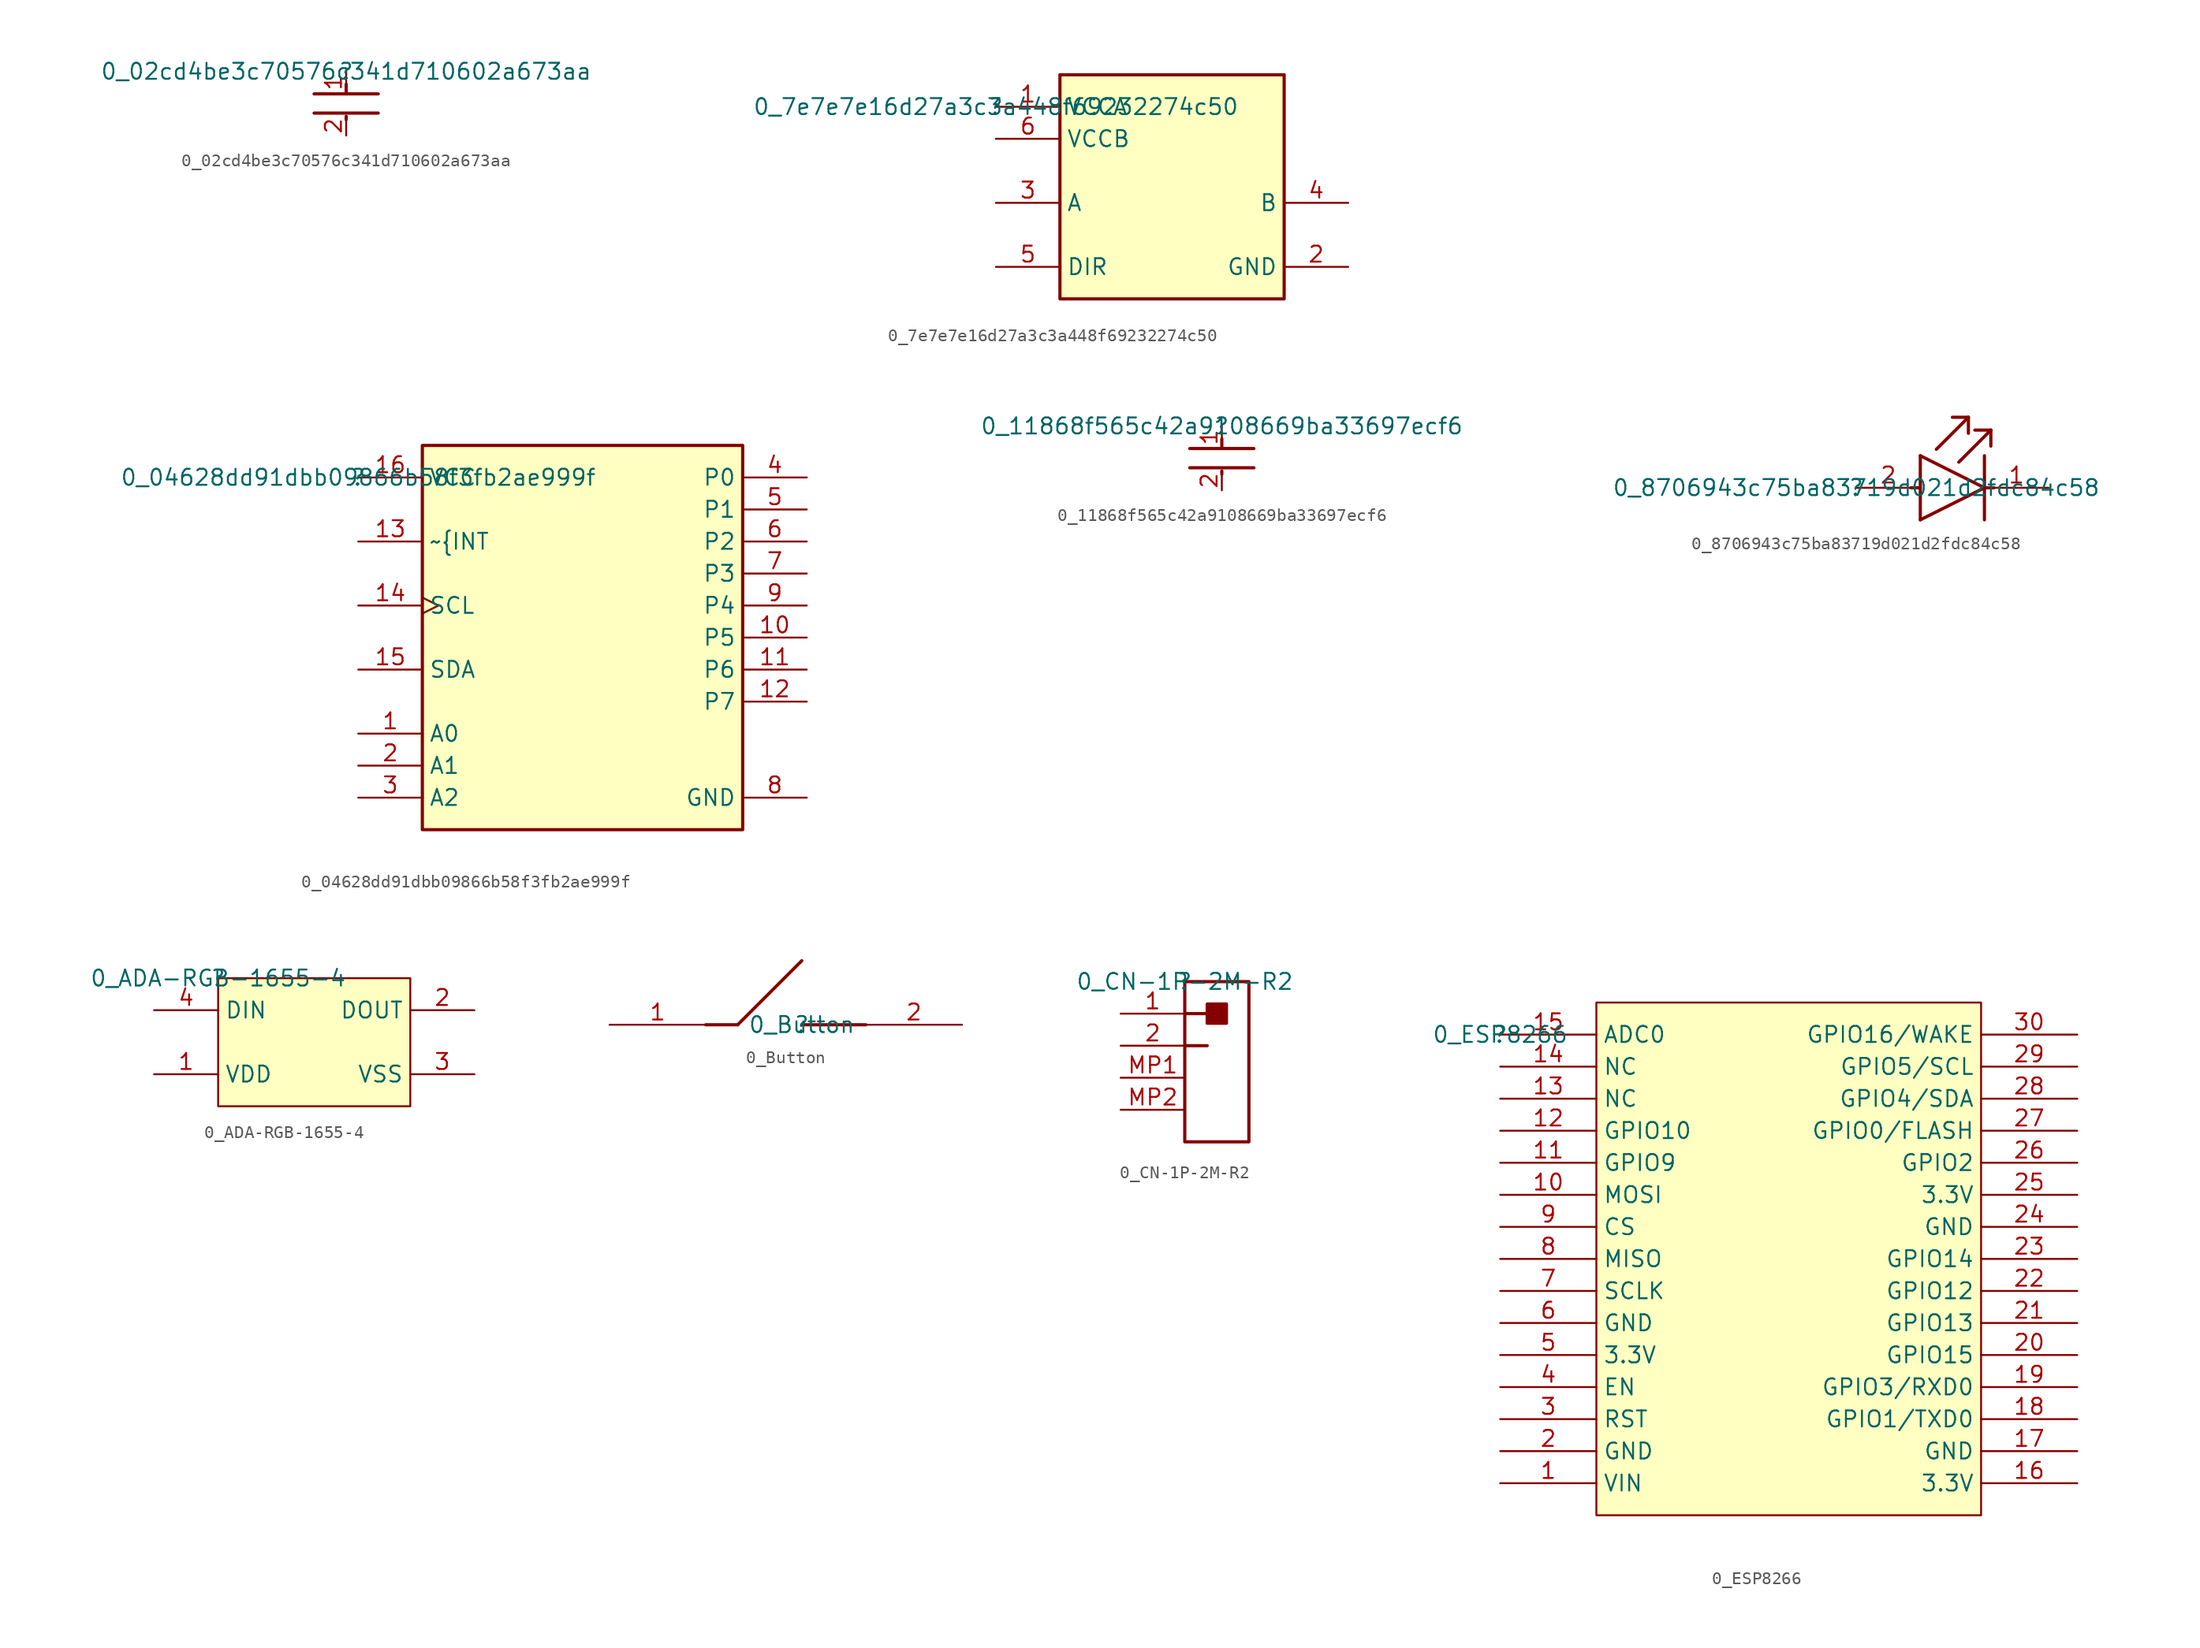
<source format=kicad_sym>
(kicad_symbol_lib
  (version 20211014)
  (generator kicad_symbol_editor)
  (symbol "0_02cd4be3c70576c341d710602a673aa"
    (property "Reference" ""
      (at 0 0 0)
      (effects (font (size 1.27 1.27))))
    (property "Value" "0_02cd4be3c70576c341d710602a673aa"
      (at 0 0 0)
      (effects (font (size 1.27 1.27))))
    (symbol "0_02cd4be3c70576c341d710602a673aa_1_0"
      (polyline (pts (xy 0 -3.556) (xy 0 -3.81)) (stroke (width 0.254) (type default) (color 0 0 0 0)) (fill (type none)))
      (polyline (pts (xy 0 -1.778) (xy 0 -1.016)) (stroke (width 0.254) (type default) (color 0 0 0 0)) (fill (type none)))
      (polyline (pts (xy 2.54 -3.302) (xy -2.54 -3.302)) (stroke (width 0.254) (type default) (color 0 0 0 0)) (fill (type none)))
      (polyline (pts (xy 2.54 -1.778) (xy -2.54 -1.778)) (stroke (width 0.254) (type default) (color 0 0 0 0)) (fill (type none)))
      (pin passive line (at 0 0 270) (length 1.778) (name "1" (effects (font (size 0 0)))) (number "1" (effects (font (size 1.27 1.27)))))
      (pin passive line (at 0 -5.08 90) (length 1.524) (name "2" (effects (font (size 0 0)))) (number "2" (effects (font (size 1.27 1.27)))))))
  (symbol "0_7e7e7e16d27a3c3a448f69232274c50"
    (property "Reference" ""
      (at 0 0 0)
      (effects (font (size 1.27 1.27))))
    (property "Value" "0_7e7e7e16d27a3c3a448f69232274c50"
      (at 0 0 0)
      (effects (font (size 1.27 1.27))))
    (symbol "0_7e7e7e16d27a3c3a448f69232274c50_1_0"
      (rectangle (start 22.86 2.54) (end 5.08 -15.24) (stroke (width 0.254) (type default) (color 0 0 0 0)) (fill (type background)))
      (pin power_in line (at 0 0 0) (length 5.08) (name "VCCA" (effects (font (size 1.27 1.27)))) (number "1" (effects (font (size 1.27 1.27)))))
      (pin power_in line (at 27.94 -12.7 180) (length 5.08) (name "GND" (effects (font (size 1.27 1.27)))) (number "2" (effects (font (size 1.27 1.27)))))
      (pin bidirectional line (at 0 -7.62 0) (length 5.08) (name "A" (effects (font (size 1.27 1.27)))) (number "3" (effects (font (size 1.27 1.27)))))
      (pin bidirectional line (at 27.94 -7.62 180) (length 5.08) (name "B" (effects (font (size 1.27 1.27)))) (number "4" (effects (font (size 1.27 1.27)))))
      (pin input line (at 0 -12.7 0) (length 5.08) (name "DIR" (effects (font (size 1.27 1.27)))) (number "5" (effects (font (size 1.27 1.27)))))
      (pin power_in line (at 0 -2.54 0) (length 5.08) (name "VCCB" (effects (font (size 1.27 1.27)))) (number "6" (effects (font (size 1.27 1.27)))))))
  (symbol "0_04628dd91dbb09866b58f3fb2ae999f"
    (property "Reference" ""
      (at 0 0 0)
      (effects (font (size 1.27 1.27))))
    (property "Value" "0_04628dd91dbb09866b58f3fb2ae999f"
      (at 0 0 0)
      (effects (font (size 1.27 1.27))))
    (symbol "0_04628dd91dbb09866b58f3fb2ae999f_1_0"
      (rectangle (start 30.48 2.54) (end 5.08 -27.94) (stroke (width 0.254) (type default) (color 0 0 0 0)) (fill (type background)))
      (pin input line (at 0 -20.32 0) (length 5.08) (name "A0" (effects (font (size 1.27 1.27)))) (number "1" (effects (font (size 1.27 1.27)))))
      (pin bidirectional line (at 35.56 -12.7 180) (length 5.08) (name "P5" (effects (font (size 1.27 1.27)))) (number "10" (effects (font (size 1.27 1.27)))))
      (pin bidirectional line (at 35.56 -15.24 180) (length 5.08) (name "P6" (effects (font (size 1.27 1.27)))) (number "11" (effects (font (size 1.27 1.27)))))
      (pin bidirectional line (at 35.56 -17.78 180) (length 5.08) (name "P7" (effects (font (size 1.27 1.27)))) (number "12" (effects (font (size 1.27 1.27)))))
      (pin open_collector line (at 0 -5.08 0) (length 5.08) (name "~{INT" (effects (font (size 1.27 1.27)))) (number "13" (effects (font (size 1.27 1.27)))))
      (pin input clock (at 0 -10.16 0) (length 5.08) (name "SCL" (effects (font (size 1.27 1.27)))) (number "14" (effects (font (size 1.27 1.27)))))
      (pin bidirectional line (at 0 -15.24 0) (length 5.08) (name "SDA" (effects (font (size 1.27 1.27)))) (number "15" (effects (font (size 1.27 1.27)))))
      (pin power_in line (at 0 0 0) (length 5.08) (name "VCC" (effects (font (size 1.27 1.27)))) (number "16" (effects (font (size 1.27 1.27)))))
      (pin input line (at 0 -22.86 0) (length 5.08) (name "A1" (effects (font (size 1.27 1.27)))) (number "2" (effects (font (size 1.27 1.27)))))
      (pin input line (at 0 -25.4 0) (length 5.08) (name "A2" (effects (font (size 1.27 1.27)))) (number "3" (effects (font (size 1.27 1.27)))))
      (pin bidirectional line (at 35.56 0 180) (length 5.08) (name "P0" (effects (font (size 1.27 1.27)))) (number "4" (effects (font (size 1.27 1.27)))))
      (pin bidirectional line (at 35.56 -2.54 180) (length 5.08) (name "P1" (effects (font (size 1.27 1.27)))) (number "5" (effects (font (size 1.27 1.27)))))
      (pin bidirectional line (at 35.56 -5.08 180) (length 5.08) (name "P2" (effects (font (size 1.27 1.27)))) (number "6" (effects (font (size 1.27 1.27)))))
      (pin bidirectional line (at 35.56 -7.62 180) (length 5.08) (name "P3" (effects (font (size 1.27 1.27)))) (number "7" (effects (font (size 1.27 1.27)))))
      (pin power_in line (at 35.56 -25.4 180) (length 5.08) (name "GND" (effects (font (size 1.27 1.27)))) (number "8" (effects (font (size 1.27 1.27)))))
      (pin bidirectional line (at 35.56 -10.16 180) (length 5.08) (name "P4" (effects (font (size 1.27 1.27)))) (number "9" (effects (font (size 1.27 1.27)))))))
  (symbol "0_11868f565c42a9108669ba33697ecf6"
    (property "Reference" ""
      (at 0 0 0)
      (effects (font (size 1.27 1.27))))
    (property "Value" "0_11868f565c42a9108669ba33697ecf6"
      (at 0 0 0)
      (effects (font (size 1.27 1.27))))
    (symbol "0_11868f565c42a9108669ba33697ecf6_1_0"
      (polyline (pts (xy 0 -3.556) (xy 0 -3.81)) (stroke (width 0.254) (type default) (color 0 0 0 0)) (fill (type none)))
      (polyline (pts (xy 0 -1.778) (xy 0 -1.016)) (stroke (width 0.254) (type default) (color 0 0 0 0)) (fill (type none)))
      (polyline (pts (xy 2.54 -3.302) (xy -2.54 -3.302)) (stroke (width 0.254) (type default) (color 0 0 0 0)) (fill (type none)))
      (polyline (pts (xy 2.54 -1.778) (xy -2.54 -1.778)) (stroke (width 0.254) (type default) (color 0 0 0 0)) (fill (type none)))
      (pin passive line (at 0 0 270) (length 1.778) (name "1" (effects (font (size 0 0)))) (number "1" (effects (font (size 1.27 1.27)))))
      (pin passive line (at 0 -5.08 90) (length 1.524) (name "2" (effects (font (size 0 0)))) (number "2" (effects (font (size 1.27 1.27)))))))
  (symbol "0_8706943c75ba83719d021d2fdc84c58"
    (property "Reference" ""
      (at 0 0 0)
      (effects (font (size 1.27 1.27))))
    (property "Value" "0_8706943c75ba83719d021d2fdc84c58"
      (at 0 0 0)
      (effects (font (size 1.27 1.27))))
    (symbol "0_8706943c75ba83719d021d2fdc84c58_1_0"
      (polyline (pts (xy 5.08 -2.54) (xy 10.16 0)) (stroke (width 0.254) (type default) (color 0 0 0 0)) (fill (type none)))
      (polyline (pts (xy 5.08 0) (xy 4.318 0)) (stroke (width 0.254) (type default) (color 0 0 0 0)) (fill (type none)))
      (polyline (pts (xy 5.08 2.54) (xy 5.08 -2.54)) (stroke (width 0.254) (type default) (color 0 0 0 0)) (fill (type none)))
      (polyline (pts (xy 5.08 2.54) (xy 10.16 0)) (stroke (width 0.254) (type default) (color 0 0 0 0)) (fill (type none)))
      (polyline (pts (xy 6.35 3.048) (xy 8.89 5.588)) (stroke (width 0.254) (type default) (color 0 0 0 0)) (fill (type none)))
      (polyline (pts (xy 8.128 2.032) (xy 10.668 4.572)) (stroke (width 0.254) (type default) (color 0 0 0 0)) (fill (type none)))
      (polyline (pts (xy 8.89 5.588) (xy 7.62 5.588)) (stroke (width 0.254) (type default) (color 0 0 0 0)) (fill (type none)))
      (polyline (pts (xy 8.89 5.588) (xy 8.89 4.318)) (stroke (width 0.254) (type default) (color 0 0 0 0)) (fill (type none)))
      (polyline (pts (xy 10.16 0) (xy 10.922 0)) (stroke (width 0.254) (type default) (color 0 0 0 0)) (fill (type none)))
      (polyline (pts (xy 10.16 2.54) (xy 10.16 -2.54)) (stroke (width 0.254) (type default) (color 0 0 0 0)) (fill (type none)))
      (polyline (pts (xy 10.668 4.572) (xy 9.398 4.572)) (stroke (width 0.254) (type default) (color 0 0 0 0)) (fill (type none)))
      (polyline (pts (xy 10.668 4.572) (xy 10.668 3.302)) (stroke (width 0.254) (type default) (color 0 0 0 0)) (fill (type none)))
      (pin passive line (at 15.24 0 180) (length 5.08) (name "C" (effects (font (size 0 0)))) (number "1" (effects (font (size 1.27 1.27)))))
      (pin passive line (at 0 0 0) (length 5.08) (name "A" (effects (font (size 0 0)))) (number "2" (effects (font (size 1.27 1.27)))))))
  (symbol "0_ADA-RGB-1655-4"
    (property "Reference" ""
      (at 0 0 0)
      (effects (font (size 1.27 1.27))))
    (property "Value" "0_ADA-RGB-1655-4"
      (at 0 0 0)
      (effects (font (size 1.27 1.27))))
    (symbol "0_ADA-RGB-1655-4_1_0"
      (rectangle (start 15.24 0) (end 0 -10.16) (stroke (width 0) (type default) (color 0 0 0 0)) (fill (type background)))
      (pin power_in line (at -5.08 -7.62 0) (length 5.08) (name "VDD" (effects (font (size 1.27 1.27)))) (number "1" (effects (font (size 1.27 1.27)))))
      (pin output line (at 20.32 -2.54 180) (length 5.08) (name "DOUT" (effects (font (size 1.27 1.27)))) (number "2" (effects (font (size 1.27 1.27)))))
      (pin power_in line (at 20.32 -7.62 180) (length 5.08) (name "VSS" (effects (font (size 1.27 1.27)))) (number "3" (effects (font (size 1.27 1.27)))))
      (pin input line (at -5.08 -2.54 0) (length 5.08) (name "DIN" (effects (font (size 1.27 1.27)))) (number "4" (effects (font (size 1.27 1.27)))))))
  (symbol "0_Button"
    (property "Reference" ""
      (at 0 0 0)
      (effects (font (size 1.27 1.27))))
    (property "Value" "0_Button"
      (at 0 0 0)
      (effects (font (size 1.27 1.27))))
    (symbol "0_Button_1_0"
      (polyline (pts (xy -7.62 0) (xy -5.08 0)) (stroke (width 0.254) (type default) (color 0 0 0 0)) (fill (type none)))
      (polyline (pts (xy -5.08 0) (xy 0 5.08)) (stroke (width 0.254) (type default) (color 0 0 0 0)) (fill (type none)))
      (polyline (pts (xy 5.08 0) (xy 0 0)) (stroke (width 0.254) (type default) (color 0 0 0 0)) (fill (type none)))
      (pin passive line (at -15.24 0 0) (length 7.62) (name "" (effects (font (size 0 0)))) (number "1" (effects (font (size 1.27 1.27)))))
      (pin passive line (at 12.7 0 180) (length 7.62) (name "" (effects (font (size 0 0)))) (number "2" (effects (font (size 1.27 1.27)))))))
  (symbol "0_CN-1P-2M-R2"
    (property "Reference" ""
      (at 0 0 0)
      (effects (font (size 1.27 1.27))))
    (property "Value" "0_CN-1P-2M-R2"
      (at 0 0 0)
      (effects (font (size 1.27 1.27))))
    (symbol "0_CN-1P-2M-R2_1_0"
      (polyline (pts (xy 0 -5.08) (xy 1.778 -5.08)) (stroke (width 0.254) (type default) (color 0 0 0 0)) (fill (type none)))
      (polyline (pts (xy 0 -2.54) (xy 1.778 -2.54)) (stroke (width 0.254) (type default) (color 0 0 0 0)) (fill (type none)))
      (polyline (pts (xy 0 0) (xy 5.08 0) (xy 5.08 -12.7) (xy 0 -12.7) (xy 0 0)) (stroke (width 0.254) (type default) (color 0 0 0 0)) (fill (type none)))
      (rectangle (start 3.302 -1.778) (end 1.778 -3.302) (stroke (width 0.254) (type default) (color 0 0 0 0)) (fill (type outline)))
      (pin passive line (at -5.08 -2.54 0) (length 5.08) (name "1" (effects (font (size 0 0)))) (number "1" (effects (font (size 1.27 1.27)))))
      (pin passive line (at -5.08 -5.08 0) (length 5.08) (name "2" (effects (font (size 0 0)))) (number "2" (effects (font (size 1.27 1.27)))))
      (pin passive line (at -5.08 -7.62 0) (length 5.08) (name "MP1" (effects (font (size 0 0)))) (number "MP1" (effects (font (size 1.27 1.27)))))
      (pin passive line (at -5.08 -10.16 0) (length 5.08) (name "MP2" (effects (font (size 0 0)))) (number "MP2" (effects (font (size 1.27 1.27)))))))
  (symbol "0_ESP8266"
    (property "Reference" ""
      (at 0 0 0)
      (effects (font (size 1.27 1.27))))
    (property "Value" "0_ESP8266"
      (at 0 0 0)
      (effects (font (size 1.27 1.27))))
    (symbol "0_ESP8266_1_0"
      (rectangle (start 38.1 2.54) (end 7.62 -38.1) (stroke (width 0) (type default) (color 0 0 0 0)) (fill (type background)))
      (pin input line (at 0 -35.56 0) (length 7.62) (name "VIN" (effects (font (size 1.27 1.27)))) (number "1" (effects (font (size 1.27 1.27)))))
      (pin input line (at 0 -12.7 0) (length 7.62) (name "MOSI" (effects (font (size 1.27 1.27)))) (number "10" (effects (font (size 1.27 1.27)))))
      (pin input line (at 0 -10.16 0) (length 7.62) (name "GPIO9" (effects (font (size 1.27 1.27)))) (number "11" (effects (font (size 1.27 1.27)))))
      (pin input line (at 0 -7.62 0) (length 7.62) (name "GPIO10" (effects (font (size 1.27 1.27)))) (number "12" (effects (font (size 1.27 1.27)))))
      (pin input line (at 0 -5.08 0) (length 7.62) (name "NC" (effects (font (size 1.27 1.27)))) (number "13" (effects (font (size 1.27 1.27)))))
      (pin input line (at 0 -2.54 0) (length 7.62) (name "NC" (effects (font (size 1.27 1.27)))) (number "14" (effects (font (size 1.27 1.27)))))
      (pin input line (at 0 0 0) (length 7.62) (name "ADC0" (effects (font (size 1.27 1.27)))) (number "15" (effects (font (size 1.27 1.27)))))
      (pin input line (at 45.72 -35.56 180) (length 7.62) (name "3.3V" (effects (font (size 1.27 1.27)))) (number "16" (effects (font (size 1.27 1.27)))))
      (pin input line (at 45.72 -33.02 180) (length 7.62) (name "GND" (effects (font (size 1.27 1.27)))) (number "17" (effects (font (size 1.27 1.27)))))
      (pin input line (at 45.72 -30.48 180) (length 7.62) (name "GPIO1/TXD0" (effects (font (size 1.27 1.27)))) (number "18" (effects (font (size 1.27 1.27)))))
      (pin input line (at 45.72 -27.94 180) (length 7.62) (name "GPIO3/RXD0" (effects (font (size 1.27 1.27)))) (number "19" (effects (font (size 1.27 1.27)))))
      (pin input line (at 0 -33.02 0) (length 7.62) (name "GND" (effects (font (size 1.27 1.27)))) (number "2" (effects (font (size 1.27 1.27)))))
      (pin input line (at 45.72 -25.4 180) (length 7.62) (name "GPIO15" (effects (font (size 1.27 1.27)))) (number "20" (effects (font (size 1.27 1.27)))))
      (pin input line (at 45.72 -22.86 180) (length 7.62) (name "GPIO13" (effects (font (size 1.27 1.27)))) (number "21" (effects (font (size 1.27 1.27)))))
      (pin input line (at 45.72 -20.32 180) (length 7.62) (name "GPIO12" (effects (font (size 1.27 1.27)))) (number "22" (effects (font (size 1.27 1.27)))))
      (pin input line (at 45.72 -17.78 180) (length 7.62) (name "GPIO14" (effects (font (size 1.27 1.27)))) (number "23" (effects (font (size 1.27 1.27)))))
      (pin input line (at 45.72 -15.24 180) (length 7.62) (name "GND" (effects (font (size 1.27 1.27)))) (number "24" (effects (font (size 1.27 1.27)))))
      (pin input line (at 45.72 -12.7 180) (length 7.62) (name "3.3V" (effects (font (size 1.27 1.27)))) (number "25" (effects (font (size 1.27 1.27)))))
      (pin input line (at 45.72 -10.16 180) (length 7.62) (name "GPIO2" (effects (font (size 1.27 1.27)))) (number "26" (effects (font (size 1.27 1.27)))))
      (pin input line (at 45.72 -7.62 180) (length 7.62) (name "GPIO0/FLASH" (effects (font (size 1.27 1.27)))) (number "27" (effects (font (size 1.27 1.27)))))
      (pin input line (at 45.72 -5.08 180) (length 7.62) (name "GPIO4/SDA" (effects (font (size 1.27 1.27)))) (number "28" (effects (font (size 1.27 1.27)))))
      (pin input line (at 45.72 -2.54 180) (length 7.62) (name "GPIO5/SCL" (effects (font (size 1.27 1.27)))) (number "29" (effects (font (size 1.27 1.27)))))
      (pin input line (at 0 -30.48 0) (length 7.62) (name "RST" (effects (font (size 1.27 1.27)))) (number "3" (effects (font (size 1.27 1.27)))))
      (pin input line (at 45.72 0 180) (length 7.62) (name "GPIO16/WAKE" (effects (font (size 1.27 1.27)))) (number "30" (effects (font (size 1.27 1.27)))))
      (pin input line (at 0 -27.94 0) (length 7.62) (name "EN" (effects (font (size 1.27 1.27)))) (number "4" (effects (font (size 1.27 1.27)))))
      (pin input line (at 0 -25.4 0) (length 7.62) (name "3.3V" (effects (font (size 1.27 1.27)))) (number "5" (effects (font (size 1.27 1.27)))))
      (pin input line (at 0 -22.86 0) (length 7.62) (name "GND" (effects (font (size 1.27 1.27)))) (number "6" (effects (font (size 1.27 1.27)))))
      (pin input line (at 0 -20.32 0) (length 7.62) (name "SCLK" (effects (font (size 1.27 1.27)))) (number "7" (effects (font (size 1.27 1.27)))))
      (pin input line (at 0 -17.78 0) (length 7.62) (name "MISO" (effects (font (size 1.27 1.27)))) (number "8" (effects (font (size 1.27 1.27)))))
      (pin input line (at 0 -15.24 0) (length 7.62) (name "CS" (effects (font (size 1.27 1.27)))) (number "9" (effects (font (size 1.27 1.27))))))))
</source>
